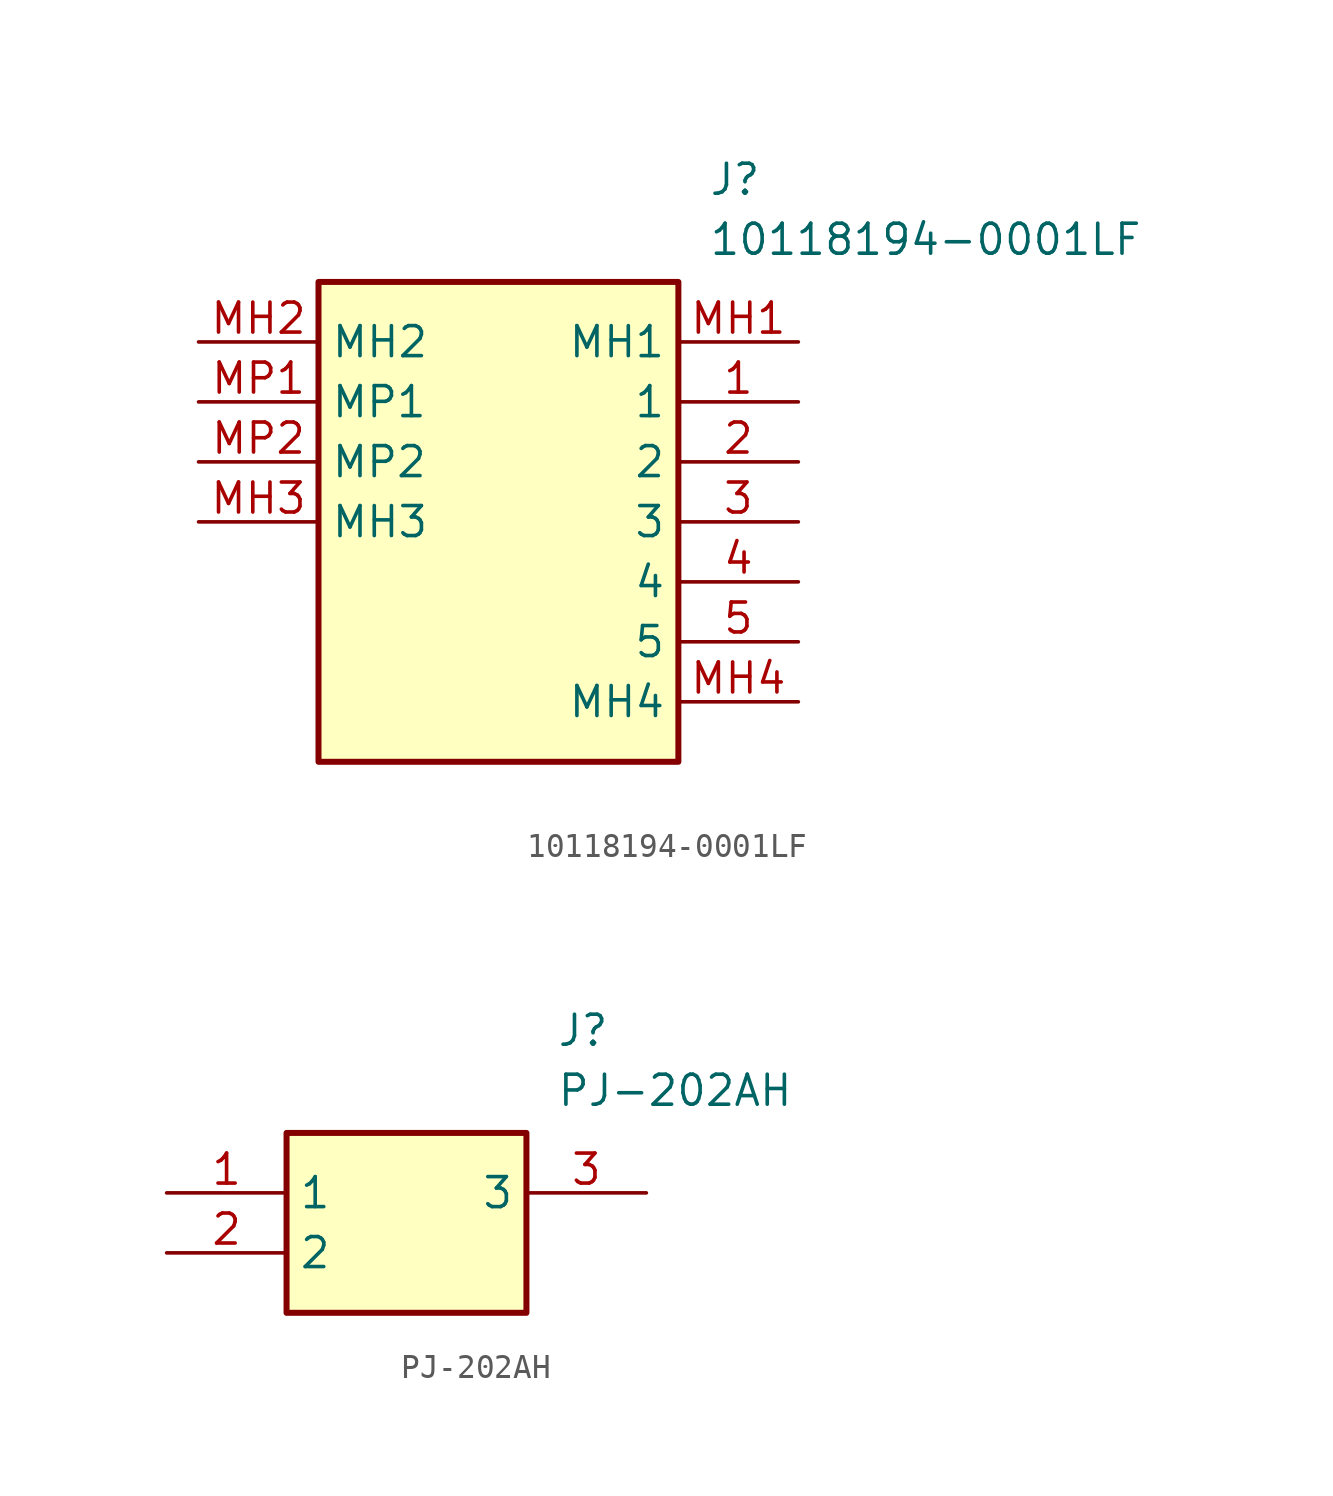
<source format=kicad_sym>
(kicad_symbol_lib
  (version 20231120)
  (generator "kicad_symbol_editor")
  (generator_version "8.0")
  (symbol "10118194-0001LF"
    (property "Reference" "J"
      (at 21.59 7.62 0)
      (effects (font (size 1.27 1.27)) (justify left top)))
    (property "Value" "10118194-0001LF"
      (at 21.59 5.08 0)
      (effects (font (size 1.27 1.27)) (justify left top)))
    (symbol "10118194-0001LF_1_1"
      (rectangle (start 5.08 2.54) (end 20.32 -17.78) (stroke (width 0.254) (type default)) (fill (type background)))
      (pin passive line (at 25.4 -2.54 180) (length 5.08) (name "1" (effects (font (size 1.27 1.27)))) (number "1" (effects (font (size 1.27 1.27)))))
      (pin passive line (at 25.4 -5.08 180) (length 5.08) (name "2" (effects (font (size 1.27 1.27)))) (number "2" (effects (font (size 1.27 1.27)))))
      (pin passive line (at 25.4 -7.62 180) (length 5.08) (name "3" (effects (font (size 1.27 1.27)))) (number "3" (effects (font (size 1.27 1.27)))))
      (pin passive line (at 25.4 -10.16 180) (length 5.08) (name "4" (effects (font (size 1.27 1.27)))) (number "4" (effects (font (size 1.27 1.27)))))
      (pin passive line (at 25.4 -12.7 180) (length 5.08) (name "5" (effects (font (size 1.27 1.27)))) (number "5" (effects (font (size 1.27 1.27)))))
      (pin passive line (at 25.4 0 180) (length 5.08) (name "MH1" (effects (font (size 1.27 1.27)))) (number "MH1" (effects (font (size 1.27 1.27)))))
      (pin passive line (at 0 0 0) (length 5.08) (name "MH2" (effects (font (size 1.27 1.27)))) (number "MH2" (effects (font (size 1.27 1.27)))))
      (pin passive line (at 0 -7.62 0) (length 5.08) (name "MH3" (effects (font (size 1.27 1.27)))) (number "MH3" (effects (font (size 1.27 1.27)))))
      (pin passive line (at 25.4 -15.24 180) (length 5.08) (name "MH4" (effects (font (size 1.27 1.27)))) (number "MH4" (effects (font (size 1.27 1.27)))))
      (pin passive line (at 0 -2.54 0) (length 5.08) (name "MP1" (effects (font (size 1.27 1.27)))) (number "MP1" (effects (font (size 1.27 1.27)))))
      (pin passive line (at 0 -5.08 0) (length 5.08) (name "MP2" (effects (font (size 1.27 1.27)))) (number "MP2" (effects (font (size 1.27 1.27)))))))
  (symbol "PJ-202AH"
    (property "Reference" "J"
      (at 16.51 7.62 0)
      (effects (font (size 1.27 1.27)) (justify left top)))
    (property "Value" "PJ-202AH"
      (at 16.51 5.08 0)
      (effects (font (size 1.27 1.27)) (justify left top)))
    (symbol "PJ-202AH_1_1"
      (rectangle (start 5.08 2.54) (end 15.24 -5.08) (stroke (width 0.254) (type default)) (fill (type background)))
      (pin passive line (at 0 0 0) (length 5.08) (name "1" (effects (font (size 1.27 1.27)))) (number "1" (effects (font (size 1.27 1.27)))))
      (pin passive line (at 0 -2.54 0) (length 5.08) (name "2" (effects (font (size 1.27 1.27)))) (number "2" (effects (font (size 1.27 1.27)))))
      (pin passive line (at 20.32 0 180) (length 5.08) (name "3" (effects (font (size 1.27 1.27)))) (number "3" (effects (font (size 1.27 1.27))))))))
</source>
